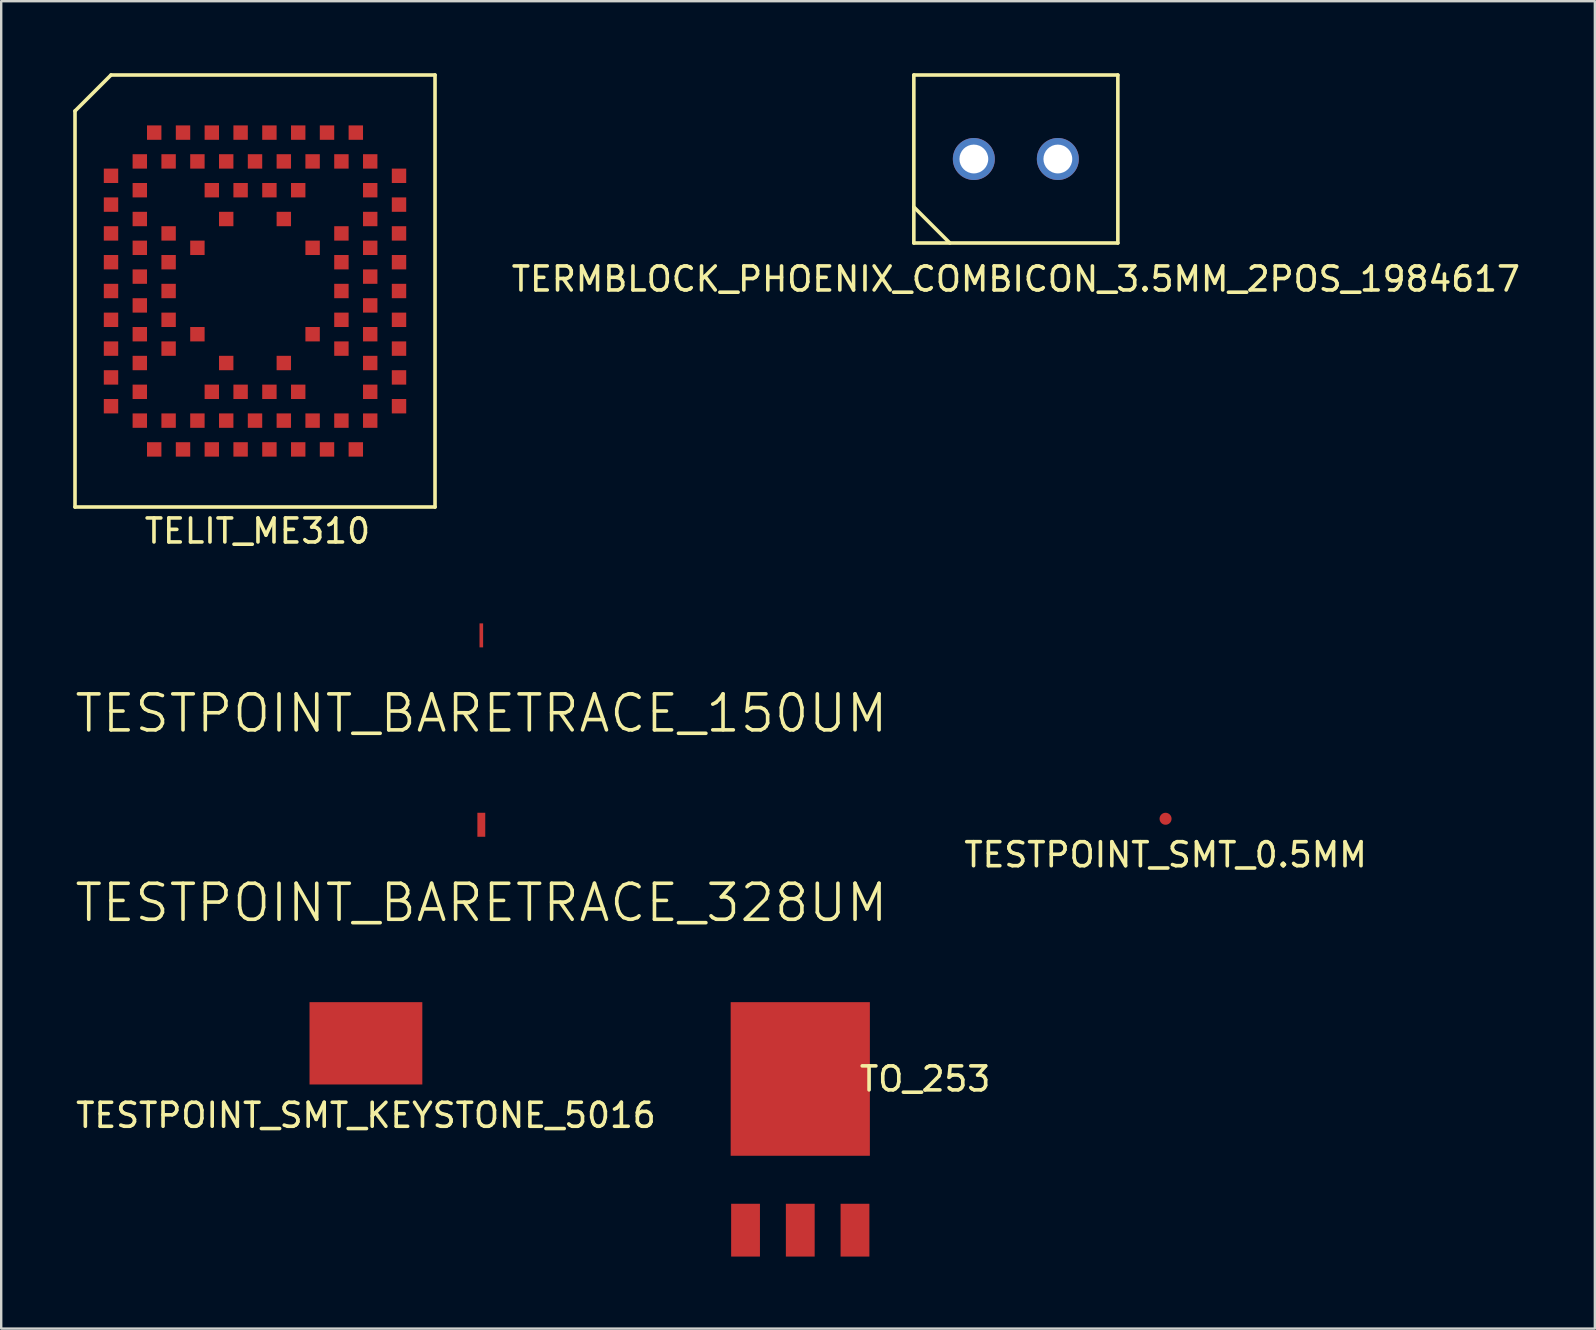
<source format=kicad_pcb>
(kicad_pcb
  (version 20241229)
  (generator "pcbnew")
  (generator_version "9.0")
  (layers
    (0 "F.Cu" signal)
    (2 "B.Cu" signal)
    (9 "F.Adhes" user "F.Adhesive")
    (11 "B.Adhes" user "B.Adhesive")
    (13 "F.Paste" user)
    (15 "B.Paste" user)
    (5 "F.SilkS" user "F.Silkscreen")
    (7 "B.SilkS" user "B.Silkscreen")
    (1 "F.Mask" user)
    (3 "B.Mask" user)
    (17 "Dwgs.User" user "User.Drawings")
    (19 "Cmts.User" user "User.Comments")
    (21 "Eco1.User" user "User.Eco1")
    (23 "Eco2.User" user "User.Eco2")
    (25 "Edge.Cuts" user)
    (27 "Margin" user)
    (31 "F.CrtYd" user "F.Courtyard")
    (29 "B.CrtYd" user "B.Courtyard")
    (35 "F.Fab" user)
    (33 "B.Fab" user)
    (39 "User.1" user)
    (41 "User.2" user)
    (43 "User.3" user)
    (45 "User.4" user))
  (footprint "TESTPOINT_SMT_0.5MM"
    (layer "F.Cu")
    (at 45.513 31.064)
    (property "Reference" "TESTPOINT_SMT_0.5MM" (at 0 1.5 0) (layer "F.SilkS") (effects (font (size 1 1) (thickness 0.15))))
    (attr through_hole)
    (pad "1" smd circle (at 0 0) (size 0.5 0.5) (layers "F.Cu" "F.Mask")))
  (footprint "TELIT_ME310"
    (layer "F.Cu")
    (at 7.575 9.075)
    (property "Reference" "TELIT_ME310" (at 0.1 10 0) (layer "F.SilkS") (effects (font (size 1 1) (thickness 0.15))))
    (attr through_hole)
    (fp_line (start -7.5 -7.5) (end -6 -9) (stroke (width 0.15) (type solid)) (layer "F.SilkS"))
    (fp_line (start -7.5 9) (end -7.5 -7.5) (stroke (width 0.15) (type solid)) (layer "F.SilkS"))
    (fp_line (start -6 -9) (end 7.5 -9) (stroke (width 0.15) (type solid)) (layer "F.SilkS"))
    (fp_line (start 7.5 -9) (end 7.5 9) (stroke (width 0.15) (type solid)) (layer "F.SilkS"))
    (fp_line (start 7.5 9) (end -7.5 9) (stroke (width 0.15) (type solid)) (layer "F.SilkS"))
    (pad "A3" smd rect (at -4.2 -6.6) (size 0.6 0.6) (layers "F.Cu" "F.Mask" "F.Paste"))
    (pad "A5" smd rect (at -3 -6.6) (size 0.6 0.6) (layers "F.Cu" "F.Mask" "F.Paste"))
    (pad "A7" smd rect (at -1.8 -6.6) (size 0.6 0.6) (layers "F.Cu" "F.Mask" "F.Paste"))
    (pad "A9" smd rect (at -0.6 -6.6) (size 0.6 0.6) (layers "F.Cu" "F.Mask" "F.Paste"))
    (pad "A11" smd rect (at 0.6 -6.6) (size 0.6 0.6) (layers "F.Cu" "F.Mask" "F.Paste"))
    (pad "A13" smd rect (at 1.8 -6.6) (size 0.6 0.6) (layers "F.Cu" "F.Mask" "F.Paste"))
    (pad "A15" smd rect (at 3 -6.6) (size 0.6 0.6) (layers "F.Cu" "F.Mask" "F.Paste"))
    (pad "A17" smd rect (at 4.2 -6.6) (size 0.6 0.6) (layers "F.Cu" "F.Mask" "F.Paste"))
    (pad "AA3" smd rect (at -4.2 6.6) (size 0.6 0.6) (layers "F.Cu" "F.Mask" "F.Paste"))
    (pad "AA5" smd rect (at -3 6.6) (size 0.6 0.6) (layers "F.Cu" "F.Mask" "F.Paste"))
    (pad "AA7" smd rect (at -1.8 6.6) (size 0.6 0.6) (layers "F.Cu" "F.Mask" "F.Paste"))
    (pad "AA9" smd rect (at -0.6 6.6) (size 0.6 0.6) (layers "F.Cu" "F.Mask" "F.Paste"))
    (pad "AA11" smd rect (at 0.6 6.6) (size 0.6 0.6) (layers "F.Cu" "F.Mask" "F.Paste"))
    (pad "AA13" smd rect (at 1.8 6.6) (size 0.6 0.6) (layers "F.Cu" "F.Mask" "F.Paste"))
    (pad "AA15" smd rect (at 3 6.6) (size 0.6 0.6) (layers "F.Cu" "F.Mask" "F.Paste"))
    (pad "AA17" smd rect (at 4.2 6.6) (size 0.6 0.6) (layers "F.Cu" "F.Mask" "F.Paste"))
    (pad "B2" smd rect (at -4.8 -5.4) (size 0.6 0.6) (layers "F.Cu" "F.Mask" "F.Paste"))
    (pad "B4" smd rect (at -3.6 -5.4) (size 0.6 0.6) (layers "F.Cu" "F.Mask" "F.Paste"))
    (pad "B6" smd rect (at -2.4 -5.4) (size 0.6 0.6) (layers "F.Cu" "F.Mask" "F.Paste"))
    (pad "B8" smd rect (at -1.2 -5.4) (size 0.6 0.6) (layers "F.Cu" "F.Mask" "F.Paste"))
    (pad "B10" smd rect (at 0 -5.4) (size 0.6 0.6) (layers "F.Cu" "F.Mask" "F.Paste"))
    (pad "B12" smd rect (at 1.2 -5.4) (size 0.6 0.6) (layers "F.Cu" "F.Mask" "F.Paste"))
    (pad "B14" smd rect (at 2.4 -5.4) (size 0.6 0.6) (layers "F.Cu" "F.Mask" "F.Paste"))
    (pad "B16" smd rect (at 3.6 -5.4) (size 0.6 0.6) (layers "F.Cu" "F.Mask" "F.Paste"))
    (pad "B18" smd rect (at 4.8 -5.4) (size 0.6 0.6) (layers "F.Cu" "F.Mask" "F.Paste"))
    (pad "C1" smd rect (at -6 -4.8) (size 0.6 0.6) (layers "F.Cu" "F.Mask" "F.Paste"))
    (pad "C19" smd rect (at 6 -4.8) (size 0.6 0.6) (layers "F.Cu" "F.Mask" "F.Paste"))
    (pad "D2" smd rect (at -4.8 -4.2) (size 0.6 0.6) (layers "F.Cu" "F.Mask" "F.Paste"))
    (pad "D7" smd rect (at -1.8 -4.2) (size 0.6 0.6) (layers "F.Cu" "F.Mask" "F.Paste"))
    (pad "D9" smd rect (at -0.6 -4.2) (size 0.6 0.6) (layers "F.Cu" "F.Mask" "F.Paste"))
    (pad "D11" smd rect (at 0.6 -4.2) (size 0.6 0.6) (layers "F.Cu" "F.Mask" "F.Paste"))
    (pad "D13" smd rect (at 1.8 -4.2) (size 0.6 0.6) (layers "F.Cu" "F.Mask" "F.Paste"))
    (pad "D18" smd rect (at 4.8 -4.2) (size 0.6 0.6) (layers "F.Cu" "F.Mask" "F.Paste"))
    (pad "E1" smd rect (at -6 -3.6) (size 0.6 0.6) (layers "F.Cu" "F.Mask" "F.Paste"))
    (pad "E19" smd rect (at 6 -3.6) (size 0.6 0.6) (layers "F.Cu" "F.Mask" "F.Paste"))
    (pad "F2" smd rect (at -4.8 -3) (size 0.6 0.6) (layers "F.Cu" "F.Mask" "F.Paste"))
    (pad "F8" smd rect (at -1.2 -3) (size 0.6 0.6) (layers "F.Cu" "F.Mask" "F.Paste"))
    (pad "F12" smd rect (at 1.2 -3) (size 0.6 0.6) (layers "F.Cu" "F.Mask" "F.Paste"))
    (pad "F18" smd rect (at 4.8 -3) (size 0.6 0.6) (layers "F.Cu" "F.Mask" "F.Paste"))
    (pad "G1" smd rect (at -6 -2.4) (size 0.6 0.6) (layers "F.Cu" "F.Mask" "F.Paste"))
    (pad "G4" smd rect (at -3.6 -2.4) (size 0.6 0.6) (layers "F.Cu" "F.Mask" "F.Paste"))
    (pad "G16" smd rect (at 3.6 -2.4) (size 0.6 0.6) (layers "F.Cu" "F.Mask" "F.Paste"))
    (pad "G19" smd rect (at 6 -2.4) (size 0.6 0.6) (layers "F.Cu" "F.Mask" "F.Paste"))
    (pad "H2" smd rect (at -4.8 -1.8) (size 0.6 0.6) (layers "F.Cu" "F.Mask" "F.Paste"))
    (pad "H6" smd rect (at -2.4 -1.8) (size 0.6 0.6) (layers "F.Cu" "F.Mask" "F.Paste"))
    (pad "H14" smd rect (at 2.4 -1.8) (size 0.6 0.6) (layers "F.Cu" "F.Mask" "F.Paste"))
    (pad "H18" smd rect (at 4.8 -1.8) (size 0.6 0.6) (layers "F.Cu" "F.Mask" "F.Paste"))
    (pad "J1" smd rect (at -6 -1.2) (size 0.6 0.6) (layers "F.Cu" "F.Mask" "F.Paste"))
    (pad "J4" smd rect (at -3.6 -1.2) (size 0.6 0.6) (layers "F.Cu" "F.Mask" "F.Paste"))
    (pad "J16" smd rect (at 3.6 -1.2) (size 0.6 0.6) (layers "F.Cu" "F.Mask" "F.Paste"))
    (pad "J19" smd rect (at 6 -1.2) (size 0.6 0.6) (layers "F.Cu" "F.Mask" "F.Paste"))
    (pad "K2" smd rect (at -4.8 -0.6) (size 0.6 0.6) (layers "F.Cu" "F.Mask" "F.Paste"))
    (pad "K18" smd rect (at 4.8 -0.6) (size 0.6 0.6) (layers "F.Cu" "F.Mask" "F.Paste"))
    (pad "L1" smd rect (at -6 0) (size 0.6 0.6) (layers "F.Cu" "F.Mask" "F.Paste"))
    (pad "L4" smd rect (at -3.6 0) (size 0.6 0.6) (layers "F.Cu" "F.Mask" "F.Paste"))
    (pad "L16" smd rect (at 3.6 0) (size 0.6 0.6) (layers "F.Cu" "F.Mask" "F.Paste"))
    (pad "L19" smd rect (at 6 0) (size 0.6 0.6) (layers "F.Cu" "F.Mask" "F.Paste"))
    (pad "M2" smd rect (at -4.8 0.6) (size 0.6 0.6) (layers "F.Cu" "F.Mask" "F.Paste"))
    (pad "M18" smd rect (at 4.8 0.6) (size 0.6 0.6) (layers "F.Cu" "F.Mask" "F.Paste"))
    (pad "N1" smd rect (at -6 1.2) (size 0.6 0.6) (layers "F.Cu" "F.Mask" "F.Paste"))
    (pad "N4" smd rect (at -3.6 1.2) (size 0.6 0.6) (layers "F.Cu" "F.Mask" "F.Paste"))
    (pad "N16" smd rect (at 3.6 1.2) (size 0.6 0.6) (layers "F.Cu" "F.Mask" "F.Paste"))
    (pad "N19" smd rect (at 6 1.2) (size 0.6 0.6) (layers "F.Cu" "F.Mask" "F.Paste"))
    (pad "P2" smd rect (at -4.8 1.8) (size 0.6 0.6) (layers "F.Cu" "F.Mask" "F.Paste"))
    (pad "P6" smd rect (at -2.4 1.8) (size 0.6 0.6) (layers "F.Cu" "F.Mask" "F.Paste"))
    (pad "P14" smd rect (at 2.4 1.8) (size 0.6 0.6) (layers "F.Cu" "F.Mask" "F.Paste"))
    (pad "P18" smd rect (at 4.8 1.8) (size 0.6 0.6) (layers "F.Cu" "F.Mask" "F.Paste"))
    (pad "R1" smd rect (at -6 2.4) (size 0.6 0.6) (layers "F.Cu" "F.Mask" "F.Paste"))
    (pad "R4" smd rect (at -3.6 2.4) (size 0.6 0.6) (layers "F.Cu" "F.Mask" "F.Paste"))
    (pad "R16" smd rect (at 3.6 2.4) (size 0.6 0.6) (layers "F.Cu" "F.Mask" "F.Paste"))
    (pad "R19" smd rect (at 6 2.4) (size 0.6 0.6) (layers "F.Cu" "F.Mask" "F.Paste"))
    (pad "T2" smd rect (at -4.8 3) (size 0.6 0.6) (layers "F.Cu" "F.Mask" "F.Paste"))
    (pad "T8" smd rect (at -1.2 3) (size 0.6 0.6) (layers "F.Cu" "F.Mask" "F.Paste"))
    (pad "T12" smd rect (at 1.2 3) (size 0.6 0.6) (layers "F.Cu" "F.Mask" "F.Paste"))
    (pad "T18" smd rect (at 4.8 3) (size 0.6 0.6) (layers "F.Cu" "F.Mask" "F.Paste"))
    (pad "U1" smd rect (at -6 3.6) (size 0.6 0.6) (layers "F.Cu" "F.Mask" "F.Paste"))
    (pad "U19" smd rect (at 6 3.6) (size 0.6 0.6) (layers "F.Cu" "F.Mask" "F.Paste"))
    (pad "V2" smd rect (at -4.8 4.2) (size 0.6 0.6) (layers "F.Cu" "F.Mask" "F.Paste"))
    (pad "V7" smd rect (at -1.8 4.2) (size 0.6 0.6) (layers "F.Cu" "F.Mask" "F.Paste"))
    (pad "V9" smd rect (at -0.6 4.2) (size 0.6 0.6) (layers "F.Cu" "F.Mask" "F.Paste"))
    (pad "V11" smd rect (at 0.6 4.2) (size 0.6 0.6) (layers "F.Cu" "F.Mask" "F.Paste"))
    (pad "V13" smd rect (at 1.8 4.2) (size 0.6 0.6) (layers "F.Cu" "F.Mask" "F.Paste"))
    (pad "V18" smd rect (at 4.8 4.2) (size 0.6 0.6) (layers "F.Cu" "F.Mask" "F.Paste"))
    (pad "W1" smd rect (at -6 4.8) (size 0.6 0.6) (layers "F.Cu" "F.Mask" "F.Paste"))
    (pad "W19" smd rect (at 6 4.8) (size 0.6 0.6) (layers "F.Cu" "F.Mask" "F.Paste"))
    (pad "Y2" smd rect (at -4.8 5.4) (size 0.6 0.6) (layers "F.Cu" "F.Mask" "F.Paste"))
    (pad "Y4" smd rect (at -3.6 5.4) (size 0.6 0.6) (layers "F.Cu" "F.Mask" "F.Paste"))
    (pad "Y6" smd rect (at -2.4 5.4) (size 0.6 0.6) (layers "F.Cu" "F.Mask" "F.Paste"))
    (pad "Y8" smd rect (at -1.2 5.4) (size 0.6 0.6) (layers "F.Cu" "F.Mask" "F.Paste"))
    (pad "Y10" smd rect (at 0 5.4) (size 0.6 0.6) (layers "F.Cu" "F.Mask" "F.Paste"))
    (pad "Y12" smd rect (at 1.2 5.4) (size 0.6 0.6) (layers "F.Cu" "F.Mask" "F.Paste"))
    (pad "Y14" smd rect (at 2.4 5.4) (size 0.6 0.6) (layers "F.Cu" "F.Mask" "F.Paste"))
    (pad "Y16" smd rect (at 3.6 5.4) (size 0.6 0.6) (layers "F.Cu" "F.Mask" "F.Paste"))
    (pad "Y18" smd rect (at 4.8 5.4) (size 0.6 0.6) (layers "F.Cu" "F.Mask" "F.Paste")))
  (footprint "TESTPOINT_SMT_KEYSTONE_5016"
    (layer "F.Cu")
    (at 12.196 40.42)
    (property "Reference" "TESTPOINT_SMT_KEYSTONE_5016" (at 0 3 0) (layer "F.SilkS") (effects (font (size 1 1) (thickness 0.15))))
    (attr smd)
    (pad "1" smd rect (at 0 0) (size 4.7 3.43) (layers "F.Cu" "F.Mask" "F.Paste")))
  (footprint "TERMBLOCK_PHOENIX_COMBICON_3.5MM_2POS_1984617"
    (layer "F.Cu")
    (at 39.275 3.575)
    (property "Reference" "TERMBLOCK_PHOENIX_COMBICON_3.5MM_2POS_1984617" (at 0 5 0) (unlocked yes) (layer "F.SilkS") (effects (font (size 1 1) (thickness 0.15))))
    (attr through_hole)
    (fp_line (start -4.25 -3.5) (end 4.25 -3.5) (stroke (width 0.15) (type solid)) (layer "F.SilkS"))
    (fp_line (start -4.25 3.5) (end -4.25 -3.5) (stroke (width 0.15) (type solid)) (layer "F.SilkS"))
    (fp_line (start -2.75 3.5) (end -4.25 2) (stroke (width 0.15) (type solid)) (layer "F.SilkS"))
    (fp_line (start 4.25 -3.5) (end 4.25 3.5) (stroke (width 0.15) (type solid)) (layer "F.SilkS"))
    (fp_line (start 4.25 3.5) (end -4.25 3.5) (stroke (width 0.15) (type solid)) (layer "F.SilkS"))
    (pad "1" thru_hole circle (at -1.75 0) (size 1.75 1.75) (drill 1.2) (layers "*.Cu" "*.Mask"))
    (pad "2" thru_hole circle (at 1.75 0) (size 1.75 1.75) (drill 1.2) (layers "*.Cu" "*.Mask")))
  (footprint "TESTPOINT_BARETRACE_150UM"
    (layer "F.Cu")
    (at 17.004 23.423)
    (property "Reference" "TESTPOINT_BARETRACE_150UM" (at 0 3.25 0) (layer "F.SilkS") (effects (font (size 1.5 1.5) (thickness 0.15))))
    (attr through_hole)
    (pad "1" smd rect (at 0 0) (size 0.15 1) (layers "F.Cu" "F.Mask")))
  (footprint "TESTPOINT_BARETRACE_328UM"
    (layer "F.Cu")
    (at 17.004 31.314)
    (property "Reference" "TESTPOINT_BARETRACE_328UM" (at 0 3.25 0) (layer "F.SilkS") (effects (font (size 1.5 1.5) (thickness 0.15))))
    (attr through_hole)
    (pad "1" smd rect (at 0 0) (size 0.328 1) (layers "F.Cu" "F.Mask")))
  (footprint "TO_253"
    (layer "F.Cu")
    (at 30.293 41.905)
    (property "Reference" "TO_253" (at 5.2 0 0) (layer "F.SilkS") (effects (font (size 1 1) (thickness 0.15))))
    (attr through_hole)
    (pad "1" smd rect (at -2.28 6.3 180) (size 1.2 2.2) (layers "F.Cu" "F.Mask" "F.Paste"))
    (pad "2" smd rect (at 0 6.3 180) (size 1.2 2.2) (layers "F.Cu" "F.Mask" "F.Paste"))
    (pad "3" smd rect (at 2.28 6.3 180) (size 1.2 2.2) (layers "F.Cu" "F.Mask" "F.Paste"))
    (pad "4" smd rect (at 0 0 180) (size 5.8 6.4) (layers "F.Cu" "F.Mask" "F.Paste")))
  (gr_rect
    (start -3 -3)
    (end 63.4 52.305)
    (stroke (width 0.1) (type default))
    (fill no)
    (layer "Edge.Cuts")))
</source>
